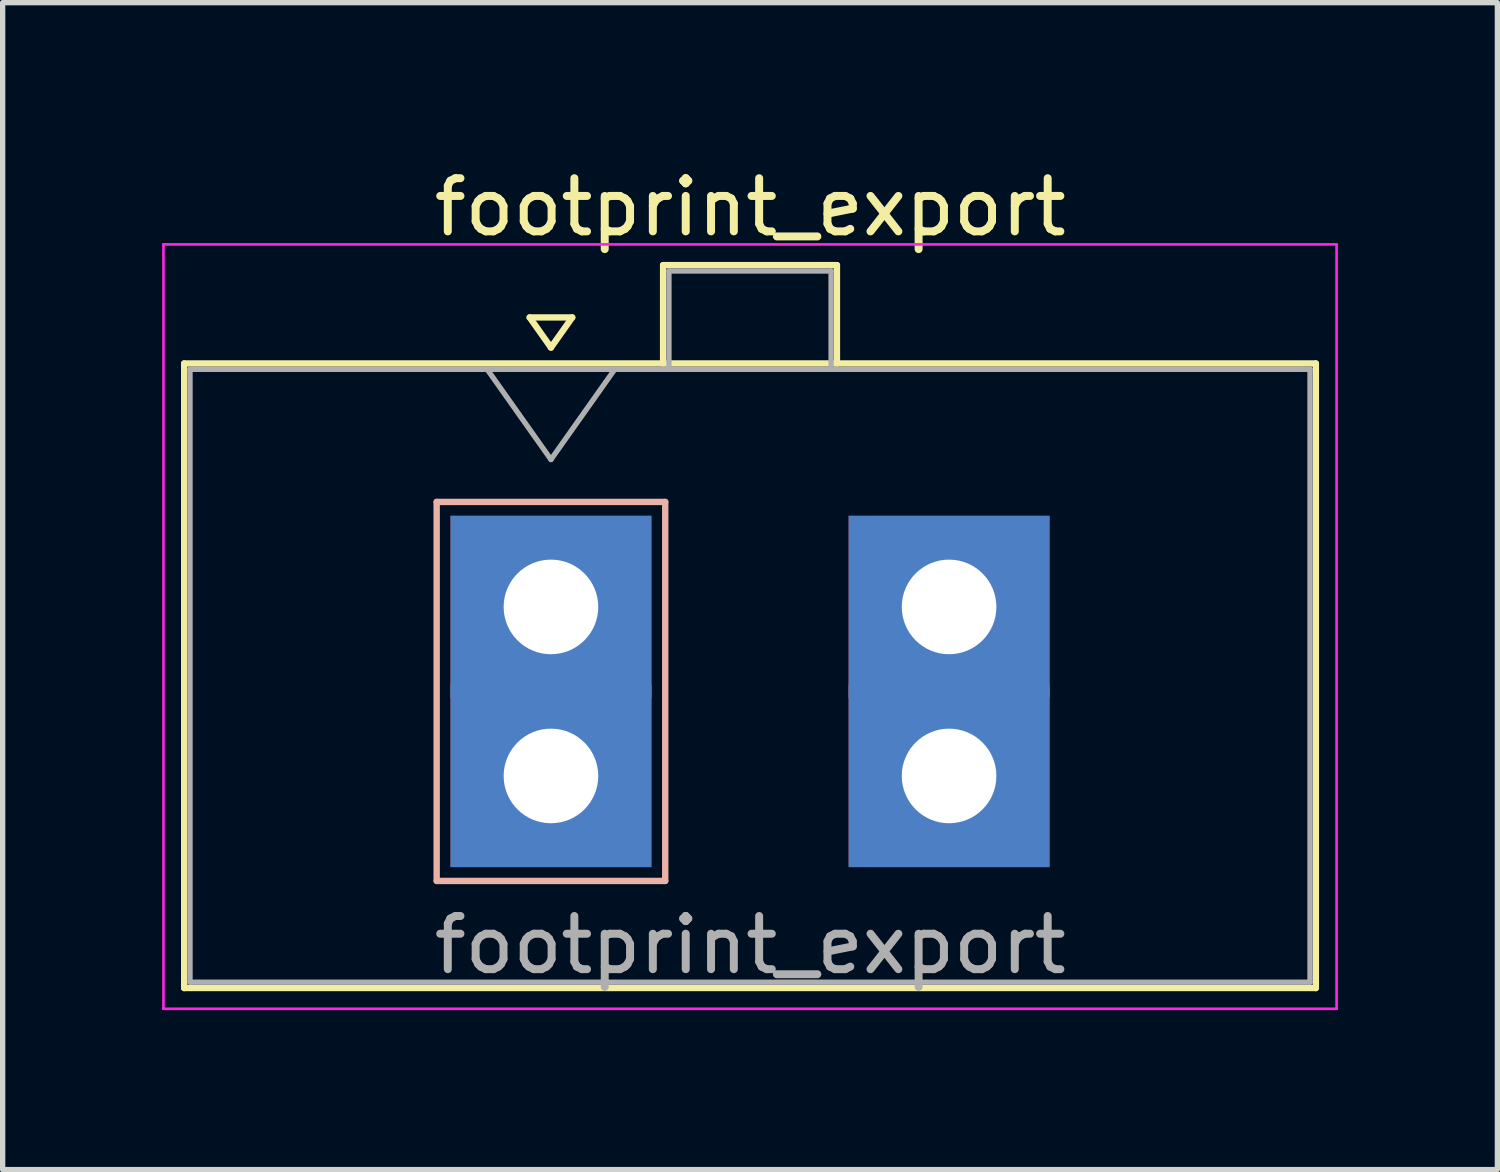
<source format=kicad_pcb>
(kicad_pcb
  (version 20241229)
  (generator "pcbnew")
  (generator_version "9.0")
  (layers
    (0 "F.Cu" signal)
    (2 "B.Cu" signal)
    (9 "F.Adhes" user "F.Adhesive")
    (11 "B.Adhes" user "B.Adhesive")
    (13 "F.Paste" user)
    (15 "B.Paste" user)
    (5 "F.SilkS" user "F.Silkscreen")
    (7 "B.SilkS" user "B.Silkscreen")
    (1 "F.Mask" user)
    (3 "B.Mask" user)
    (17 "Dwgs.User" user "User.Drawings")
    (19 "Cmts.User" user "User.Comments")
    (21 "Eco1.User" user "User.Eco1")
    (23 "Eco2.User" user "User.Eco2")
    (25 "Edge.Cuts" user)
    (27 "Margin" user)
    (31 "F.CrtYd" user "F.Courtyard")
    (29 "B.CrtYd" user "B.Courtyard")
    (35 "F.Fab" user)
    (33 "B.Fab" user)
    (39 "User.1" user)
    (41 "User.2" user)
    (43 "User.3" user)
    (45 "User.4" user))
  (footprint "footprint_export"
    (layer "F.Cu")
    (at 7.315 11.548)
    (property "Reference" "footprint_export" (at 3.75 -10.7 0) (layer "F.SilkS") (effects (font (size 1 1) (thickness 0.15))))
    (attr through_hole)
    (fp_line (start -6.9 -7.76) (end -6.9 3.99) (stroke (width 0.12) (type solid)) (layer "F.SilkS"))
    (fp_line (start -6.9 3.99) (end 14.39 3.99) (stroke (width 0.12) (type solid)) (layer "F.SilkS"))
    (fp_line (start -0.4 -8.626) (end 0 -8.06) (stroke (width 0.12) (type solid)) (layer "F.SilkS"))
    (fp_line (start 0 -8.06) (end 0.4 -8.626) (stroke (width 0.12) (type solid)) (layer "F.SilkS"))
    (fp_line (start 0.4 -8.626) (end -0.4 -8.626) (stroke (width 0.12) (type solid)) (layer "F.SilkS"))
    (fp_line (start 2.11 -9.61) (end 5.38 -9.61) (stroke (width 0.12) (type solid)) (layer "F.SilkS"))
    (fp_line (start 2.11 -7.76) (end 2.11 -9.61) (stroke (width 0.12) (type solid)) (layer "F.SilkS"))
    (fp_line (start 5.38 -9.61) (end 5.38 -7.76) (stroke (width 0.12) (type solid)) (layer "F.SilkS"))
    (fp_line (start 14.39 -7.76) (end -6.9 -7.76) (stroke (width 0.12) (type solid)) (layer "F.SilkS"))
    (fp_line (start 14.39 3.99) (end 14.39 -7.76) (stroke (width 0.12) (type solid)) (layer "F.SilkS"))
    (fp_line (start -2.15 -5.155) (end -2.15 1.975) (stroke (width 0.12) (type solid)) (layer "B.SilkS"))
    (fp_line (start -2.15 1.975) (end 2.15 1.975) (stroke (width 0.12) (type solid)) (layer "B.SilkS"))
    (fp_line (start 2.15 -5.155) (end -2.15 -5.155) (stroke (width 0.12) (type solid)) (layer "B.SilkS"))
    (fp_line (start 2.15 1.975) (end 2.15 -5.155) (stroke (width 0.12) (type solid)) (layer "B.SilkS"))
    (fp_line (start -7.29 -10) (end -7.29 4.38) (stroke (width 0.05) (type solid)) (layer "F.CrtYd"))
    (fp_line (start -7.29 4.38) (end 14.78 4.38) (stroke (width 0.05) (type solid)) (layer "F.CrtYd"))
    (fp_line (start 14.78 -10) (end -7.29 -10) (stroke (width 0.05) (type solid)) (layer "F.CrtYd"))
    (fp_line (start 14.78 4.38) (end 14.78 -10) (stroke (width 0.05) (type solid)) (layer "F.CrtYd"))
    (fp_line (start -6.79 -7.65) (end -6.79 3.88) (stroke (width 0.1) (type solid)) (layer "F.Fab"))
    (fp_line (start -6.79 3.88) (end 14.28 3.88) (stroke (width 0.1) (type solid)) (layer "F.Fab"))
    (fp_line (start -1.2 -7.65) (end 0 -5.953) (stroke (width 0.1) (type solid)) (layer "F.Fab"))
    (fp_line (start 0 -5.953) (end 1.2 -7.65) (stroke (width 0.1) (type solid)) (layer "F.Fab"))
    (fp_line (start 2.22 -9.5) (end 5.27 -9.5) (stroke (width 0.1) (type solid)) (layer "F.Fab"))
    (fp_line (start 2.22 -7.65) (end 2.22 -9.5) (stroke (width 0.1) (type solid)) (layer "F.Fab"))
    (fp_line (start 5.27 -9.5) (end 5.27 -7.65) (stroke (width 0.1) (type solid)) (layer "F.Fab"))
    (fp_line (start 14.28 -7.65) (end -6.79 -7.65) (stroke (width 0.1) (type solid)) (layer "F.Fab"))
    (fp_line (start 14.28 3.88) (end 14.28 -7.65) (stroke (width 0.1) (type solid)) (layer "F.Fab"))
    (fp_text user "${REFERENCE}" (at 3.75 3.18 0) (layer "F.Fab") (effects (font (size 1 1) (thickness 0.15))))
    (pad "1" thru_hole rect (at 0 -3.18) (size 3.78 3.43) (drill 1.78) (layers "*.Cu" "*.Mask"))
    (pad "1" thru_hole rect (at 0 0) (size 3.78 3.43) (drill 1.78) (layers "*.Cu" "*.Mask"))
    (pad "2" thru_hole rect (at 7.49 -3.18) (size 3.78 3.43) (drill 1.78) (layers "*.Cu" "*.Mask"))
    (pad "2" thru_hole rect (at 7.49 0) (size 3.78 3.43) (drill 1.78) (layers "*.Cu" "*.Mask")))
  (gr_rect
    (start -3 -3)
    (end 25.12 18.953)
    (stroke (width 0.1) (type default))
    (fill no)
    (layer "Edge.Cuts")))
</source>
